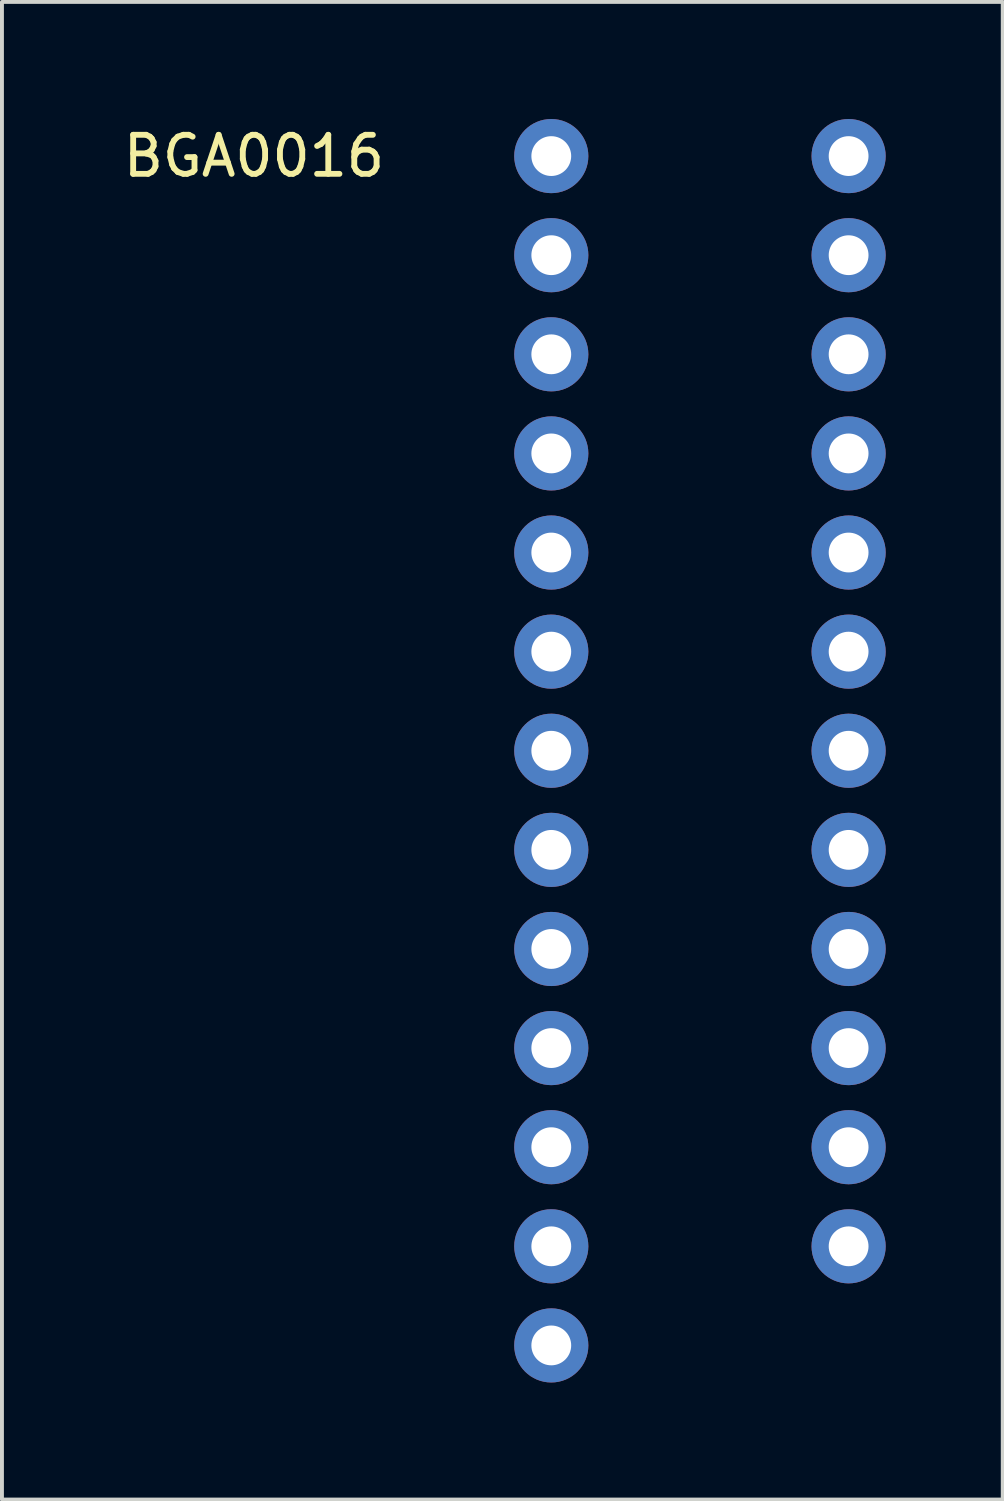
<source format=kicad_pcb>
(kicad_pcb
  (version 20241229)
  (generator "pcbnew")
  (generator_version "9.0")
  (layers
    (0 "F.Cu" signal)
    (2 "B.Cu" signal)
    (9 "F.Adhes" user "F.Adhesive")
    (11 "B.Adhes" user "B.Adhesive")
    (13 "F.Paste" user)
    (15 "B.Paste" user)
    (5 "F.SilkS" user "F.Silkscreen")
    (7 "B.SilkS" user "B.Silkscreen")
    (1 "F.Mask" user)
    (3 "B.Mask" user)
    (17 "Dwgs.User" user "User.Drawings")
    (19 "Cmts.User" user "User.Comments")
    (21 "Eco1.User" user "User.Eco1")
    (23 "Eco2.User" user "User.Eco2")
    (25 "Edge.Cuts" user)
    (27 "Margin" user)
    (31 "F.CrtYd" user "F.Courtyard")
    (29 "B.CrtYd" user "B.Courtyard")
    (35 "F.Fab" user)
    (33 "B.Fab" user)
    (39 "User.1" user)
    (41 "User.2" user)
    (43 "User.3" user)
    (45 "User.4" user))
  (footprint "BGA0016"
    (layer "F.Cu")
    (at 16.158 9.84)
    (property "Reference" "BGA0016" (at -12.7 -8.89 0) (layer "F.SilkS") (effects (font (size 1 1) (thickness 0.15))))
    (attr through_hole)
    (pad "A1" thru_hole circle (at -5.08 -8.89) (size 1.9 1.9) (drill 1.02) (layers "*.Cu" "*.Mask"))
    (pad "A2" thru_hole circle (at -5.08 -6.35) (size 1.9 1.9) (drill 1.02) (layers "*.Cu" "*.Mask"))
    (pad "A3" thru_hole circle (at -5.08 -3.81) (size 1.9 1.9) (drill 1.02) (layers "*.Cu" "*.Mask"))
    (pad "A4" thru_hole circle (at 2.54 -8.89) (size 1.9 1.9) (drill 1.02) (layers "*.Cu" "*.Mask"))
    (pad "A5" thru_hole circle (at 2.54 -6.35) (size 1.9 1.9) (drill 1.02) (layers "*.Cu" "*.Mask"))
    (pad "B1" thru_hole circle (at -5.08 -1.27) (size 1.9 1.9) (drill 1.02) (layers "*.Cu" "*.Mask"))
    (pad "B2" thru_hole circle (at -5.08 1.27) (size 1.9 1.9) (drill 1.02) (layers "*.Cu" "*.Mask"))
    (pad "B3" thru_hole circle (at 2.54 -3.81) (size 1.9 1.9) (drill 1.02) (layers "*.Cu" "*.Mask"))
    (pad "B4" thru_hole circle (at 2.54 -1.27) (size 1.9 1.9) (drill 1.02) (layers "*.Cu" "*.Mask"))
    (pad "B5" thru_hole circle (at 2.54 1.27) (size 1.9 1.9) (drill 1.02) (layers "*.Cu" "*.Mask"))
    (pad "C1" thru_hole circle (at -5.08 3.81) (size 1.9 1.9) (drill 1.02) (layers "*.Cu" "*.Mask"))
    (pad "C2" thru_hole circle (at -5.08 6.35) (size 1.9 1.9) (drill 1.02) (layers "*.Cu" "*.Mask"))
    (pad "C3" thru_hole circle (at -5.08 8.89) (size 1.9 1.9) (drill 1.02) (layers "*.Cu" "*.Mask"))
    (pad "C4" thru_hole circle (at 2.54 3.81) (size 1.9 1.9) (drill 1.02) (layers "*.Cu" "*.Mask"))
    (pad "C5" thru_hole circle (at 2.54 6.35) (size 1.9 1.9) (drill 1.02) (layers "*.Cu" "*.Mask"))
    (pad "D1" thru_hole circle (at -5.08 11.43) (size 1.9 1.9) (drill 1.02) (layers "*.Cu" "*.Mask"))
    (pad "D2" thru_hole circle (at -5.08 13.97) (size 1.9 1.9) (drill 1.02) (layers "*.Cu" "*.Mask"))
    (pad "D3" thru_hole circle (at 2.54 8.89) (size 1.9 1.9) (drill 1.02) (layers "*.Cu" "*.Mask"))
    (pad "D4" thru_hole circle (at 2.54 11.43) (size 1.9 1.9) (drill 1.02) (layers "*.Cu" "*.Mask"))
    (pad "D5" thru_hole circle (at 2.54 13.97) (size 1.9 1.9) (drill 1.02) (layers "*.Cu" "*.Mask"))
    (pad "E1" thru_hole circle (at -5.08 16.51) (size 1.9 1.9) (drill 1.02) (layers "*.Cu" "*.Mask"))
    (pad "E2" thru_hole circle (at -5.08 19.05) (size 1.9 1.9) (drill 1.02) (layers "*.Cu" "*.Mask"))
    (pad "E3" thru_hole circle (at -5.08 21.59) (size 1.9 1.9) (drill 1.02) (layers "*.Cu" "*.Mask"))
    (pad "E4" thru_hole circle (at 2.54 16.51) (size 1.9 1.9) (drill 1.02) (layers "*.Cu" "*.Mask"))
    (pad "E5" thru_hole circle (at 2.54 19.05) (size 1.9 1.9) (drill 1.02) (layers "*.Cu" "*.Mask")))
  (gr_rect
    (start -3 -3)
    (end 22.648 35.38)
    (stroke (width 0.1) (type default))
    (fill no)
    (layer "Edge.Cuts")))
</source>
